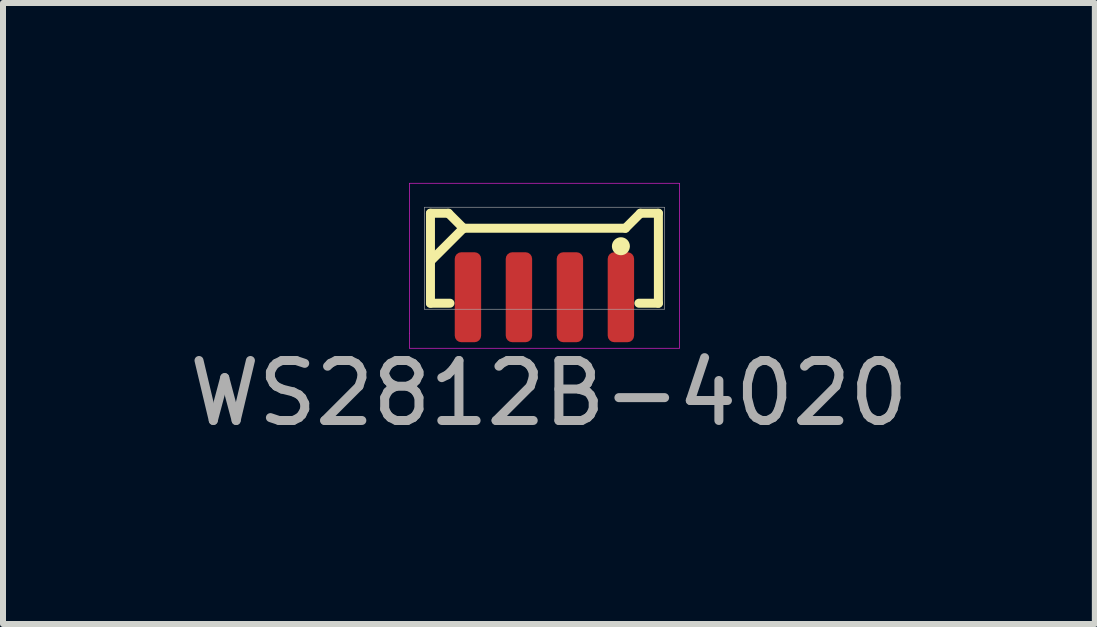
<source format=kicad_pcb>
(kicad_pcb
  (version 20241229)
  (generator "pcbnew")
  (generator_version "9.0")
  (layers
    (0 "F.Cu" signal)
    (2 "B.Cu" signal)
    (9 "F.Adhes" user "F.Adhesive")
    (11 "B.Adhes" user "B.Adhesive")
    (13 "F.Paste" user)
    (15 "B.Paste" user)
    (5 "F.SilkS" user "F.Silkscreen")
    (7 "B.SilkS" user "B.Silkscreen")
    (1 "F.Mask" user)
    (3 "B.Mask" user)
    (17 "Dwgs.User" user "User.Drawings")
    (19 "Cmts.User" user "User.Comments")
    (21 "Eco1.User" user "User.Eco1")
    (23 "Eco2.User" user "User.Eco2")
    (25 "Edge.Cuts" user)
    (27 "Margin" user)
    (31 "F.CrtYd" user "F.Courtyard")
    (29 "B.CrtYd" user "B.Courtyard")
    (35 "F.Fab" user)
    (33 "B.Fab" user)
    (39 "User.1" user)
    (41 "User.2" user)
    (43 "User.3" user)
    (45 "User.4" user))
  (footprint "WS2812B-4020"
    (layer "F.Cu")
    (at 6.026 1.255)
    (property "Reference" "WS2812B-4020" (at 0.075 2.25 0) (layer "F.Fab") (effects (font (size 1 1) (thickness 0.15))))
    (attr through_hole)
    (fp_line (start -1.9 -0.75) (end -1.6 -0.75) (stroke (width 0.15) (type solid)) (layer "F.SilkS"))
    (fp_line (start -1.9 0.75) (end -1.9 -0.75) (stroke (width 0.15) (type solid)) (layer "F.SilkS"))
    (fp_line (start -1.9 0.75) (end -1.575 0.75) (stroke (width 0.15) (type solid)) (layer "F.SilkS"))
    (fp_line (start -1.6 -0.75) (end -1.35 -0.5) (stroke (width 0.15) (type solid)) (layer "F.SilkS"))
    (fp_line (start -1.35 -0.5) (end -1.9 0.05) (stroke (width 0.15) (type solid)) (layer "F.SilkS"))
    (fp_line (start -1.35 -0.5) (end 1.35 -0.5) (stroke (width 0.15) (type solid)) (layer "F.SilkS"))
    (fp_line (start 1.6 -0.75) (end 1.35 -0.5) (stroke (width 0.15) (type solid)) (layer "F.SilkS"))
    (fp_line (start 1.9 -0.75) (end 1.6 -0.75) (stroke (width 0.15) (type solid)) (layer "F.SilkS"))
    (fp_line (start 1.9 -0.75) (end 1.9 0.75) (stroke (width 0.15) (type solid)) (layer "F.SilkS"))
    (fp_line (start 1.9 0.75) (end 1.575 0.75) (stroke (width 0.15) (type solid)) (layer "F.SilkS"))
    (fp_circle (center 1.275 -0.2) (end 1.35 -0.2) (stroke (width 0.15) (type solid)) (fill no) (layer "F.SilkS"))
    (fp_line (start -2.25 -1.25) (end -2.25 1.25) (stroke (width 0.01) (type solid)) (layer "F.CrtYd"))
    (fp_line (start -2.25 1.25) (end -2.25 1.5) (stroke (width 0.01) (type solid)) (layer "F.CrtYd"))
    (fp_line (start -2.25 1.5) (end 2.25 1.5) (stroke (width 0.01) (type solid)) (layer "F.CrtYd"))
    (fp_line (start 2.25 -1.25) (end -2.25 -1.25) (stroke (width 0.01) (type solid)) (layer "F.CrtYd"))
    (fp_line (start 2.25 1.5) (end 2.25 -1.25) (stroke (width 0.01) (type solid)) (layer "F.CrtYd"))
    (fp_line (start -2 -0.85) (end -2 0.85) (stroke (width 0.01) (type solid)) (layer "F.Fab"))
    (fp_line (start -2 0.85) (end 2 0.85) (stroke (width 0.01) (type solid)) (layer "F.Fab"))
    (fp_line (start 2 -0.85) (end -2 -0.85) (stroke (width 0.01) (type solid)) (layer "F.Fab"))
    (fp_line (start 2 0.85) (end 2 -0.85) (stroke (width 0.01) (type solid)) (layer "F.Fab"))
    (pad "1" smd roundrect (at 1.275 0.65) (size 0.44 1.5) (layers "F.Cu" "F.Mask" "F.Paste") (roundrect_rratio 0.25))
    (pad "2" smd roundrect (at 0.425 0.65) (size 0.44 1.5) (layers "F.Cu" "F.Mask" "F.Paste") (roundrect_rratio 0.25))
    (pad "3" smd roundrect (at -0.425 0.65) (size 0.44 1.5) (layers "F.Cu" "F.Mask" "F.Paste") (roundrect_rratio 0.25))
    (pad "4" smd roundrect (at -1.275 0.65) (size 0.44 1.5) (layers "F.Cu" "F.Mask" "F.Paste") (roundrect_rratio 0.25)))
  (gr_rect
    (start -3 -3)
    (end 15.202 7.353)
    (stroke (width 0.1) (type default))
    (fill no)
    (layer "Edge.Cuts")))
</source>
